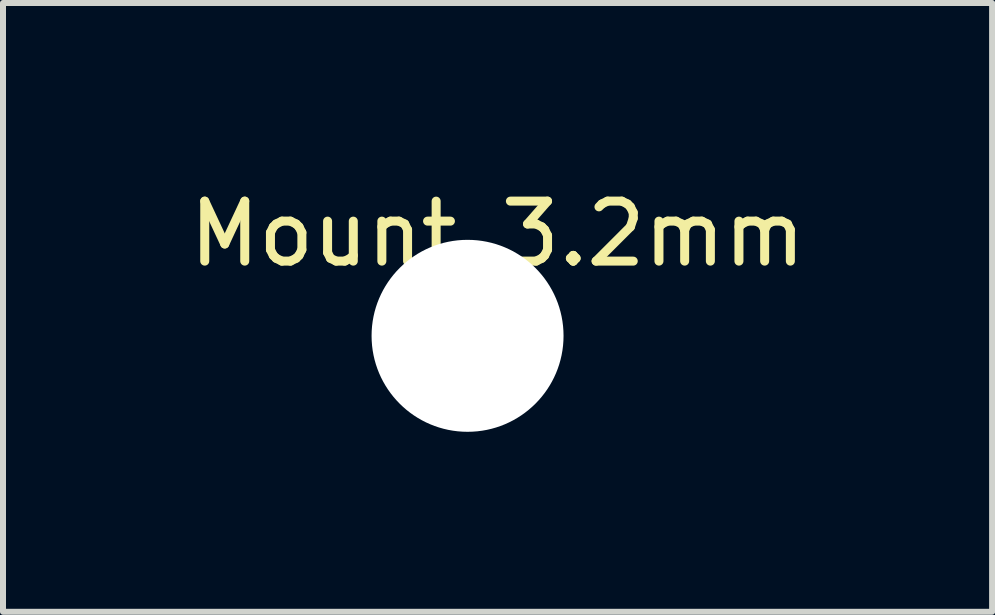
<source format=kicad_pcb>
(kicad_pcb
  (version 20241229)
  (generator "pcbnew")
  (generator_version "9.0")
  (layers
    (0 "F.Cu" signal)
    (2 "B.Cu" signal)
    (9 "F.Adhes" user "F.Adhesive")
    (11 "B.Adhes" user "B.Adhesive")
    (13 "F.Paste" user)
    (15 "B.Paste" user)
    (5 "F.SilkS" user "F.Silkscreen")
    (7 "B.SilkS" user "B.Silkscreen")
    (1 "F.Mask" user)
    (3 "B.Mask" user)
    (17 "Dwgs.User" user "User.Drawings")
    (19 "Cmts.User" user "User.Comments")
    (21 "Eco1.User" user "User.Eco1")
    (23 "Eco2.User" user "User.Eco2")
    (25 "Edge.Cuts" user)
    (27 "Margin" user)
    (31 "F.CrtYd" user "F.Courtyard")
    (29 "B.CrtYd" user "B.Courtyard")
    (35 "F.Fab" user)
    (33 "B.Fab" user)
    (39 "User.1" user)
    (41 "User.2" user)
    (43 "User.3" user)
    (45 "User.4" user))
  (footprint "Mount_3.2mm"
    (layer "F.Cu")
    (at 5.244 0.348)
    (property "Reference" "Mount_3.2mm" (at 0 0.5 0) (layer "F.SilkS") (effects (font (size 1 1) (thickness 0.15))))
    (attr through_hole)
    (pad "" np_thru_hole circle (at -0.5 2.2) (size 3.2 3.2) (drill 3.2) (layers "*.Cu" "*.Mask")))
  (gr_rect
    (start -3 -3)
    (end 13.488 7.148)
    (stroke (width 0.1) (type default))
    (fill no)
    (layer "Edge.Cuts")))
</source>
